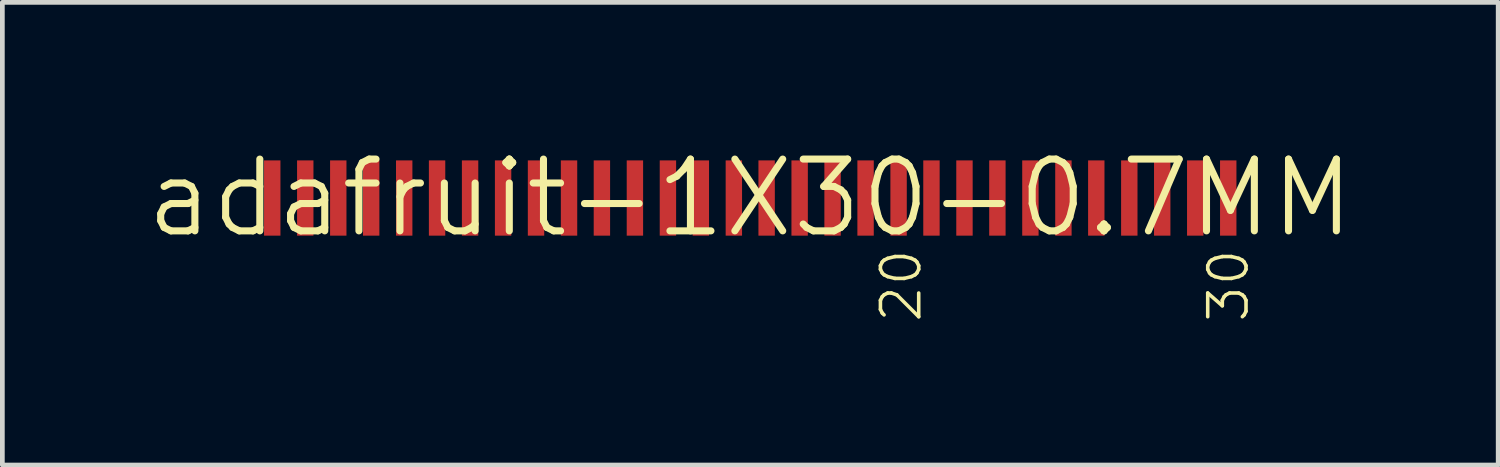
<source format=kicad_pcb>
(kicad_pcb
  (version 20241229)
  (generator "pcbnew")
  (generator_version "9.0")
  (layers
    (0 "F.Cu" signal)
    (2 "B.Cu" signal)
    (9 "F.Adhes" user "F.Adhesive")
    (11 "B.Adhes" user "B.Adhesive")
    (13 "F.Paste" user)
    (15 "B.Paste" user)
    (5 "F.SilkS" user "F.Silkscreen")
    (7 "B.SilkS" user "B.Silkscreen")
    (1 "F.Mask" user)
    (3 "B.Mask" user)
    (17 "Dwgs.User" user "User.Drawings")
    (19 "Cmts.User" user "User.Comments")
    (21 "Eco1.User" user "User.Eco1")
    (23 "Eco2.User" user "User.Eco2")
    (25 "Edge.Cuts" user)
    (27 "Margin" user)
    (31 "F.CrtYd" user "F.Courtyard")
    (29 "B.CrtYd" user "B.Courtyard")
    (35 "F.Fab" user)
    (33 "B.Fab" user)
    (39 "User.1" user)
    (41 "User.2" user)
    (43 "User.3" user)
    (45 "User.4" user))
  (footprint "adafruit-1X30-0.7MM"
    (layer "F.Cu")
    (at 12.881 1.155)
    (property "Reference" "adafruit-1X30-0.7MM" (at 0 0 0) (layer "F.SilkS") (effects (font (size 1.524 1.524) (thickness 0.15))))
    (attr smd)
    (fp_text user "20" (at 3.205 1.862 270) (layer "F.SilkS") (effects (font (size 0.813 0.813) (thickness 0.076))))
    (fp_text user "30" (at 10.155 1.862 270) (layer "F.SilkS") (effects (font (size 0.813 0.813) (thickness 0.076))))
    (pad "1" smd rect (at -10.15 0 90) (size 1.598 0.348) (layers "F.Cu" "F.Mask" "F.Paste"))
    (pad "2" smd rect (at -9.449 0 90) (size 1.598 0.348) (layers "F.Cu" "F.Mask" "F.Paste"))
    (pad "3" smd rect (at -8.748 0 90) (size 1.598 0.348) (layers "F.Cu" "F.Mask" "F.Paste"))
    (pad "4" smd rect (at -8.049 0 90) (size 1.598 0.348) (layers "F.Cu" "F.Mask" "F.Paste"))
    (pad "5" smd rect (at -7.348 0 90) (size 1.598 0.348) (layers "F.Cu" "F.Mask" "F.Paste"))
    (pad "6" smd rect (at -6.65 0 90) (size 1.598 0.348) (layers "F.Cu" "F.Mask" "F.Paste"))
    (pad "7" smd rect (at -5.949 0 90) (size 1.598 0.348) (layers "F.Cu" "F.Mask" "F.Paste"))
    (pad "8" smd rect (at -5.248 0 90) (size 1.598 0.348) (layers "F.Cu" "F.Mask" "F.Paste"))
    (pad "9" smd rect (at -4.549 0 90) (size 1.598 0.348) (layers "F.Cu" "F.Mask" "F.Paste"))
    (pad "10" smd rect (at -3.848 0 90) (size 1.598 0.348) (layers "F.Cu" "F.Mask" "F.Paste"))
    (pad "11" smd rect (at -3.15 0 90) (size 1.598 0.348) (layers "F.Cu" "F.Mask" "F.Paste"))
    (pad "12" smd rect (at -2.449 0 90) (size 1.598 0.348) (layers "F.Cu" "F.Mask" "F.Paste"))
    (pad "13" smd rect (at -1.748 0 90) (size 1.598 0.348) (layers "F.Cu" "F.Mask" "F.Paste"))
    (pad "14" smd rect (at -1.049 0 90) (size 1.598 0.348) (layers "F.Cu" "F.Mask" "F.Paste"))
    (pad "15" smd rect (at -0.348 0 90) (size 1.598 0.348) (layers "F.Cu" "F.Mask" "F.Paste"))
    (pad "16" smd rect (at 0.348 0 90) (size 1.598 0.348) (layers "F.Cu" "F.Mask" "F.Paste"))
    (pad "17" smd rect (at 1.049 0 90) (size 1.598 0.348) (layers "F.Cu" "F.Mask" "F.Paste"))
    (pad "18" smd rect (at 1.748 0 90) (size 1.598 0.348) (layers "F.Cu" "F.Mask" "F.Paste"))
    (pad "19" smd rect (at 2.449 0 90) (size 1.598 0.348) (layers "F.Cu" "F.Mask" "F.Paste"))
    (pad "20" smd rect (at 3.15 0 90) (size 1.598 0.348) (layers "F.Cu" "F.Mask" "F.Paste"))
    (pad "21" smd rect (at 3.848 0 90) (size 1.598 0.348) (layers "F.Cu" "F.Mask" "F.Paste"))
    (pad "22" smd rect (at 4.549 0 90) (size 1.598 0.348) (layers "F.Cu" "F.Mask" "F.Paste"))
    (pad "23" smd rect (at 5.248 0 90) (size 1.598 0.348) (layers "F.Cu" "F.Mask" "F.Paste"))
    (pad "24" smd rect (at 5.949 0 90) (size 1.598 0.348) (layers "F.Cu" "F.Mask" "F.Paste"))
    (pad "25" smd rect (at 6.65 0 90) (size 1.598 0.348) (layers "F.Cu" "F.Mask" "F.Paste"))
    (pad "26" smd rect (at 7.348 0 90) (size 1.598 0.348) (layers "F.Cu" "F.Mask" "F.Paste"))
    (pad "27" smd rect (at 8.049 0 90) (size 1.598 0.348) (layers "F.Cu" "F.Mask" "F.Paste"))
    (pad "28" smd rect (at 8.748 0 90) (size 1.598 0.348) (layers "F.Cu" "F.Mask" "F.Paste"))
    (pad "29" smd rect (at 9.449 0 90) (size 1.598 0.348) (layers "F.Cu" "F.Mask" "F.Paste"))
    (pad "30" smd rect (at 10.15 0 90) (size 1.598 0.348) (layers "F.Cu" "F.Mask" "F.Paste")))
  (gr_rect
    (start -3 -3)
    (end 28.763 6.824)
    (stroke (width 0.1) (type default))
    (fill no)
    (layer "Edge.Cuts")))
</source>
